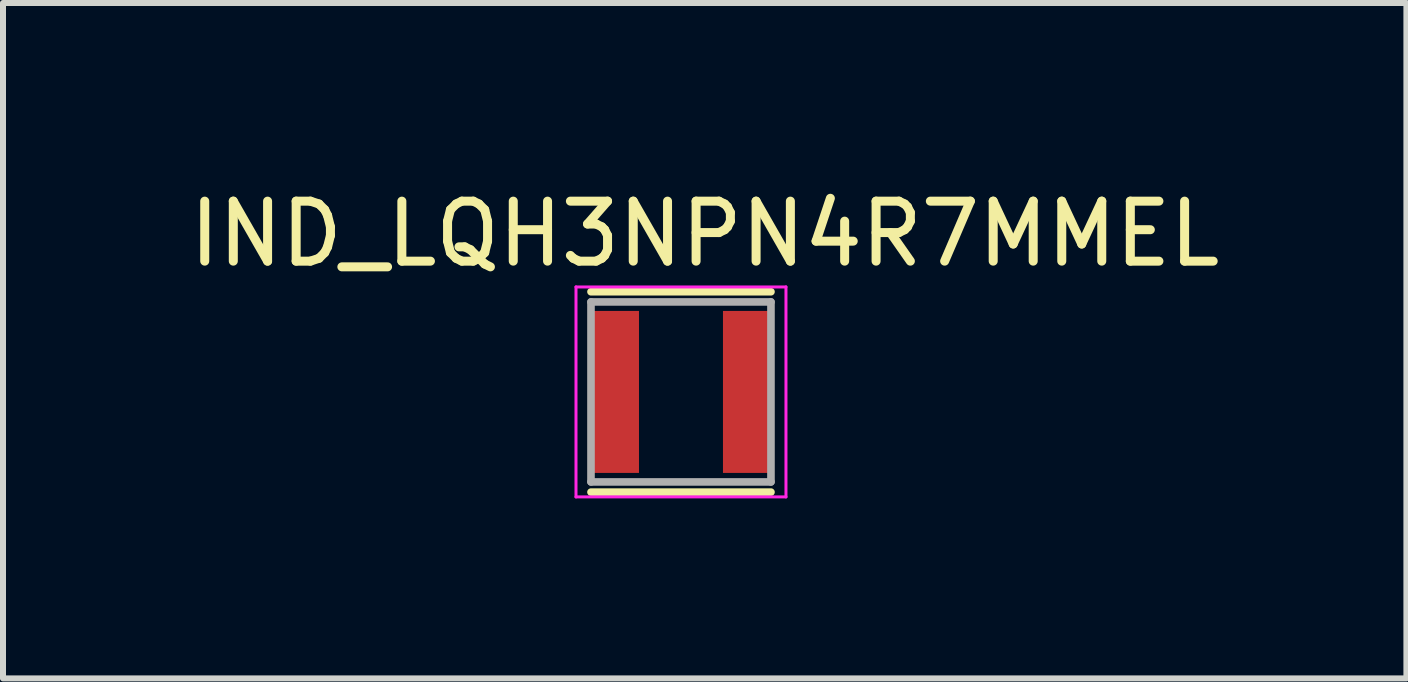
<source format=kicad_pcb>
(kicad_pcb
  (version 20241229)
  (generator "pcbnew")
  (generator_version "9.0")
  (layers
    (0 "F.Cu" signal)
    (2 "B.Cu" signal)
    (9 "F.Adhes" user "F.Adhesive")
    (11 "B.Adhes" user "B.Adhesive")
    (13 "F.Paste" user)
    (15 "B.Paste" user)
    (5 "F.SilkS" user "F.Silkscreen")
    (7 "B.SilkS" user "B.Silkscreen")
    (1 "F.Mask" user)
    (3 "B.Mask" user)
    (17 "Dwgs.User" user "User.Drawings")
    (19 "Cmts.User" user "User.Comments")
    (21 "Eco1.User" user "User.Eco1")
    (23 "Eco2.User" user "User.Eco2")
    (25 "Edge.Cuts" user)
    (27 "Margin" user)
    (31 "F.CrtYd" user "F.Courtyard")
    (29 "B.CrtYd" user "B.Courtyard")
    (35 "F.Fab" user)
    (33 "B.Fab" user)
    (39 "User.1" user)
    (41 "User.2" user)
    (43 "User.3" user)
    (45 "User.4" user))
  (footprint "IND_LQH3NPN4R7MMEL"
    (layer "F.Cu")
    (at 8.301 3.483)
    (property "Reference" "IND_LQH3NPN4R7MMEL" (at 0.395 -2.635 0) (layer "F.SilkS") (effects (font (size 1 1) (thickness 0.15))))
    (attr smd)
    (fp_line (start -1.5 -1.67) (end 1.5 -1.67) (stroke (width 0.127) (type solid)) (layer "F.SilkS"))
    (fp_line (start -1.5 1.67) (end 1.5 1.67) (stroke (width 0.127) (type solid)) (layer "F.SilkS"))
    (fp_line (start -1.75 -1.75) (end 1.75 -1.75) (stroke (width 0.05) (type solid)) (layer "F.CrtYd"))
    (fp_line (start -1.75 1.75) (end -1.75 -1.75) (stroke (width 0.05) (type solid)) (layer "F.CrtYd"))
    (fp_line (start 1.75 -1.75) (end 1.75 1.75) (stroke (width 0.05) (type solid)) (layer "F.CrtYd"))
    (fp_line (start 1.75 1.75) (end -1.75 1.75) (stroke (width 0.05) (type solid)) (layer "F.CrtYd"))
    (fp_line (start -1.5 -1.5) (end 1.5 -1.5) (stroke (width 0.127) (type solid)) (layer "F.Fab"))
    (fp_line (start -1.5 1.5) (end -1.5 -1.5) (stroke (width 0.127) (type solid)) (layer "F.Fab"))
    (fp_line (start 1.5 -1.5) (end 1.5 1.5) (stroke (width 0.127) (type solid)) (layer "F.Fab"))
    (fp_line (start 1.5 1.5) (end -1.5 1.5) (stroke (width 0.127) (type solid)) (layer "F.Fab"))
    (pad "1" smd rect (at -1.1 0) (size 0.8 2.7) (layers "F.Cu" "F.Mask" "F.Paste"))
    (pad "2" smd rect (at 1.1 0) (size 0.8 2.7) (layers "F.Cu" "F.Mask" "F.Paste")))
  (gr_rect
    (start -3 -3)
    (end 20.393 8.258)
    (stroke (width 0.1) (type default))
    (fill no)
    (layer "Edge.Cuts")))
</source>
